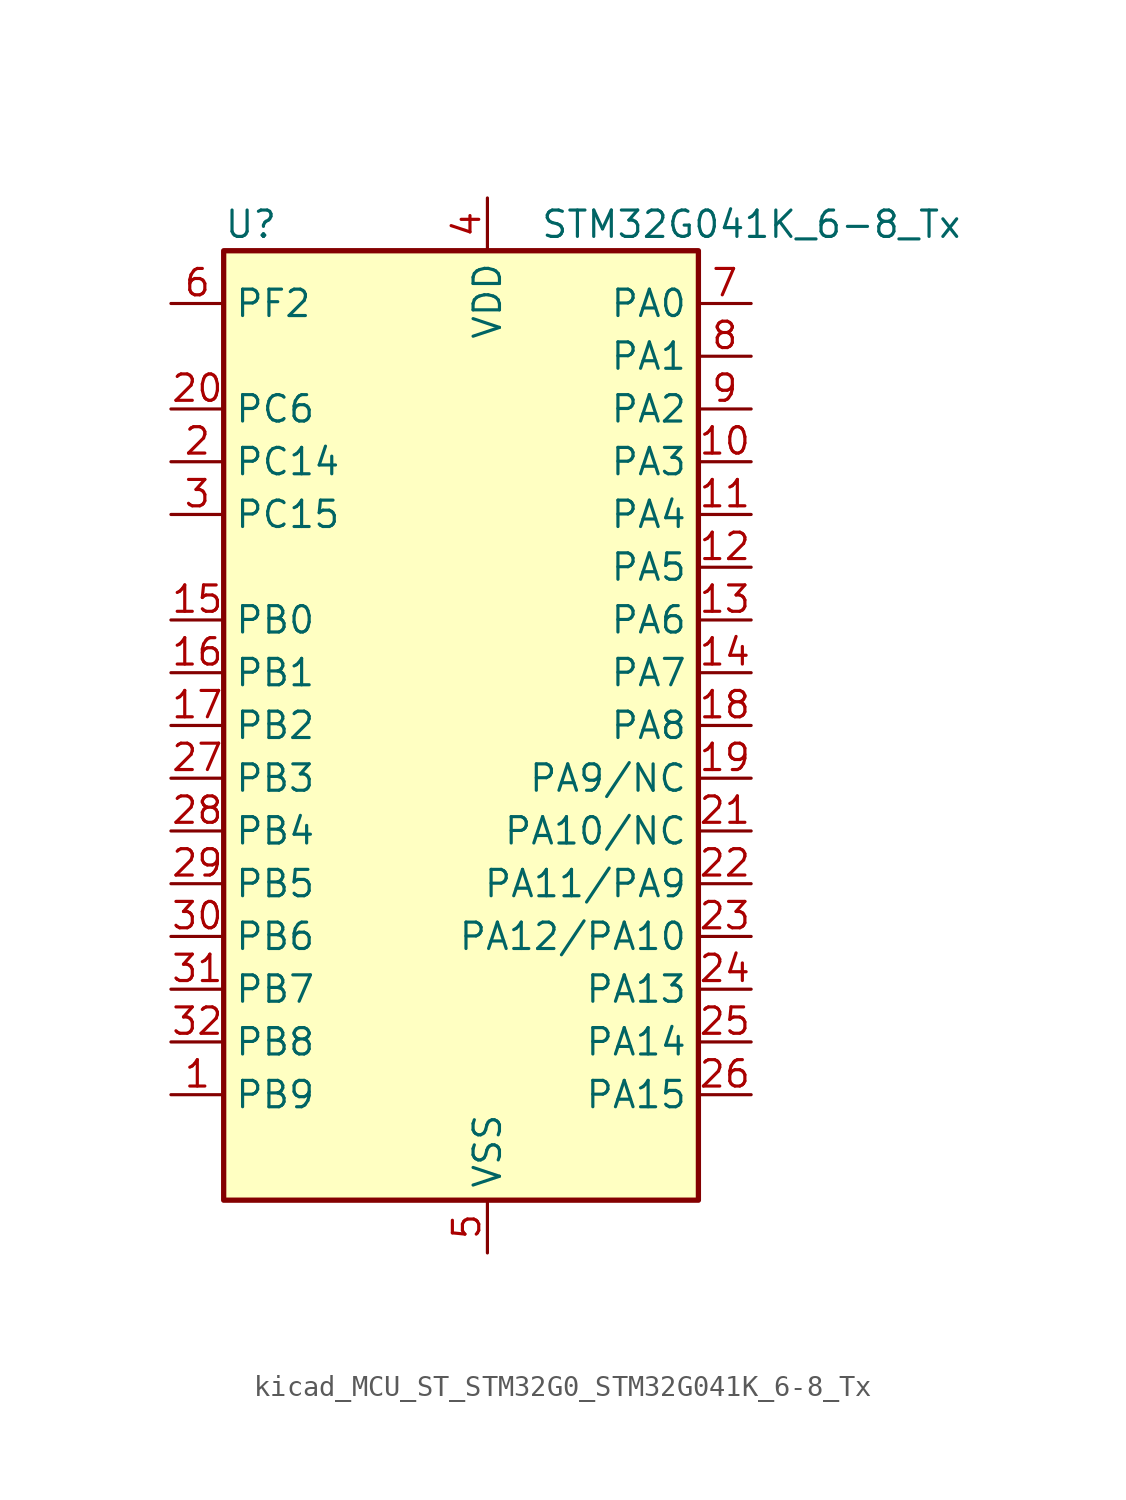
<source format=kicad_sym>
(kicad_symbol_lib
  (version 20220914)
  (generator kicad_symbol_editor)
  (symbol "kicad_MCU_ST_STM32G0_STM32G041K_6-8_Tx"
    (property "Reference" "U"
      (at -10.16 24.13 0)
      (effects (font (size 1.27 1.27)) (justify left)))
    (property "Value" "STM32G041K_6-8_Tx"
      (at 5.08 24.13 0)
      (effects (font (size 1.27 1.27)) (justify left)))
    (property "ki_locked" ""
      (at 0 0 0)
      (effects (font (size 1.27 1.27))))
    (symbol "kicad_MCU_ST_STM32G0_STM32G041K_6-8_Tx_0_1"
      (rectangle (start -10.16 -22.86) (end 12.7 22.86) (stroke (width 0.254) (type default)) (fill (type background))))
    (symbol "kicad_MCU_ST_STM32G0_STM32G041K_6-8_Tx_1_1"
      (pin bidirectional line (at -12.7 -17.78 0) (length 2.54) (name "PB9" (effects (font (size 1.27 1.27)))) (number "1" (effects (font (size 1.27 1.27)))) (alternate "I2C1_SDA" bidirectional line) (alternate "IR_OUT" bidirectional line) (alternate "SPI2_NSS" bidirectional line) (alternate "TIM17_CH1" bidirectional line))
      (pin bidirectional line (at 15.24 12.7 180) (length 2.54) (name "PA3" (effects (font (size 1.27 1.27)))) (number "10" (effects (font (size 1.27 1.27)))) (alternate "ADC1_IN3" bidirectional line) (alternate "LPUART1_RX" bidirectional line) (alternate "SPI2_MISO" bidirectional line) (alternate "TIM2_CH4" bidirectional line) (alternate "USART2_RX" bidirectional line))
      (pin bidirectional line (at 15.24 10.16 180) (length 2.54) (name "PA4" (effects (font (size 1.27 1.27)))) (number "11" (effects (font (size 1.27 1.27)))) (alternate "ADC1_IN4" bidirectional line) (alternate "I2S1_WS" bidirectional line) (alternate "LPTIM2_OUT" bidirectional line) (alternate "RTC_OUT_ALARM" bidirectional line) (alternate "RTC_OUT_CALIB" bidirectional line) (alternate "RTC_TAMP_IN1" bidirectional line) (alternate "RTC_TS" bidirectional line) (alternate "SPI1_NSS" bidirectional line) (alternate "SPI2_MOSI" bidirectional line) (alternate "SYS_WKUP2" bidirectional line) (alternate "TIM14_CH1" bidirectional line))
      (pin bidirectional line (at 15.24 7.62 180) (length 2.54) (name "PA5" (effects (font (size 1.27 1.27)))) (number "12" (effects (font (size 1.27 1.27)))) (alternate "ADC1_IN5" bidirectional line) (alternate "I2S1_CK" bidirectional line) (alternate "LPTIM2_ETR" bidirectional line) (alternate "SPI1_SCK" bidirectional line) (alternate "TIM2_CH1" bidirectional line) (alternate "TIM2_ETR" bidirectional line))
      (pin bidirectional line (at 15.24 5.08 180) (length 2.54) (name "PA6" (effects (font (size 1.27 1.27)))) (number "13" (effects (font (size 1.27 1.27)))) (alternate "ADC1_IN6" bidirectional line) (alternate "I2S1_MCK" bidirectional line) (alternate "LPUART1_CTS" bidirectional line) (alternate "SPI1_MISO" bidirectional line) (alternate "TIM16_CH1" bidirectional line) (alternate "TIM1_BK" bidirectional line) (alternate "TIM3_CH1" bidirectional line))
      (pin bidirectional line (at 15.24 2.54 180) (length 2.54) (name "PA7" (effects (font (size 1.27 1.27)))) (number "14" (effects (font (size 1.27 1.27)))) (alternate "ADC1_IN7" bidirectional line) (alternate "I2S1_SD" bidirectional line) (alternate "SPI1_MOSI" bidirectional line) (alternate "TIM14_CH1" bidirectional line) (alternate "TIM17_CH1" bidirectional line) (alternate "TIM1_CH1N" bidirectional line) (alternate "TIM3_CH2" bidirectional line))
      (pin bidirectional line (at -12.7 5.08 0) (length 2.54) (name "PB0" (effects (font (size 1.27 1.27)))) (number "15" (effects (font (size 1.27 1.27)))) (alternate "ADC1_IN8" bidirectional line) (alternate "I2S1_WS" bidirectional line) (alternate "LPTIM1_OUT" bidirectional line) (alternate "SPI1_NSS" bidirectional line) (alternate "TIM1_CH2N" bidirectional line) (alternate "TIM3_CH3" bidirectional line))
      (pin bidirectional line (at -12.7 2.54 0) (length 2.54) (name "PB1" (effects (font (size 1.27 1.27)))) (number "16" (effects (font (size 1.27 1.27)))) (alternate "ADC1_IN9" bidirectional line) (alternate "LPTIM2_IN1" bidirectional line) (alternate "LPUART1_DE" bidirectional line) (alternate "LPUART1_RTS" bidirectional line) (alternate "TIM14_CH1" bidirectional line) (alternate "TIM1_CH3N" bidirectional line) (alternate "TIM3_CH4" bidirectional line))
      (pin bidirectional line (at -12.7 0 0) (length 2.54) (name "PB2" (effects (font (size 1.27 1.27)))) (number "17" (effects (font (size 1.27 1.27)))) (alternate "ADC1_IN10" bidirectional line) (alternate "LPTIM1_OUT" bidirectional line) (alternate "SPI2_MISO" bidirectional line))
      (pin bidirectional line (at 15.24 0 180) (length 2.54) (name "PA8" (effects (font (size 1.27 1.27)))) (number "18" (effects (font (size 1.27 1.27)))) (alternate "LPTIM2_OUT" bidirectional line) (alternate "RCC_MCO" bidirectional line) (alternate "SPI2_NSS" bidirectional line) (alternate "TIM1_CH1" bidirectional line))
      (pin bidirectional line (at 15.24 -2.54 180) (length 2.54) (name "PA9/NC" (effects (font (size 1.27 1.27)))) (number "19" (effects (font (size 1.27 1.27)))) (alternate "I2C1_SCL" bidirectional line) (alternate "RCC_MCO" bidirectional line) (alternate "SPI2_MISO" bidirectional line) (alternate "TIM1_CH2" bidirectional line) (alternate "USART1_TX" bidirectional line))
      (pin bidirectional line (at -12.7 12.7 0) (length 2.54) (name "PC14" (effects (font (size 1.27 1.27)))) (number "2" (effects (font (size 1.27 1.27)))) (alternate "RCC_OSC32_IN" bidirectional line) (alternate "RCC_OSC_IN" bidirectional line) (alternate "TIM1_BK2" bidirectional line))
      (pin bidirectional line (at -12.7 15.24 0) (length 2.54) (name "PC6" (effects (font (size 1.27 1.27)))) (number "20" (effects (font (size 1.27 1.27)))) (alternate "TIM2_CH3" bidirectional line) (alternate "TIM3_CH1" bidirectional line))
      (pin bidirectional line (at 15.24 -5.08 180) (length 2.54) (name "PA10/NC" (effects (font (size 1.27 1.27)))) (number "21" (effects (font (size 1.27 1.27)))) (alternate "I2C1_SDA" bidirectional line) (alternate "SPI2_MOSI" bidirectional line) (alternate "TIM17_BK" bidirectional line) (alternate "TIM1_CH3" bidirectional line) (alternate "USART1_RX" bidirectional line))
      (pin bidirectional line (at 15.24 -7.62 180) (length 2.54) (name "PA11/PA9" (effects (font (size 1.27 1.27)))) (number "22" (effects (font (size 1.27 1.27)))) (alternate "ADC1_EXTI11" bidirectional line) (alternate "ADC1_IN15" bidirectional line) (alternate "I2C2_SCL" bidirectional line) (alternate "I2S1_MCK" bidirectional line) (alternate "SPI1_MISO" bidirectional line) (alternate "TIM1_BK2" bidirectional line) (alternate "TIM1_CH4" bidirectional line) (alternate "USART1_CTS" bidirectional line) (alternate "USART1_NSS" bidirectional line))
      (pin bidirectional line (at 15.24 -10.16 180) (length 2.54) (name "PA12/PA10" (effects (font (size 1.27 1.27)))) (number "23" (effects (font (size 1.27 1.27)))) (alternate "ADC1_IN16" bidirectional line) (alternate "I2C2_SDA" bidirectional line) (alternate "I2S1_SD" bidirectional line) (alternate "I2S_CKIN" bidirectional line) (alternate "SPI1_MOSI" bidirectional line) (alternate "TIM1_ETR" bidirectional line) (alternate "USART1_CK" bidirectional line) (alternate "USART1_DE" bidirectional line) (alternate "USART1_RTS" bidirectional line))
      (pin bidirectional line (at 15.24 -12.7 180) (length 2.54) (name "PA13" (effects (font (size 1.27 1.27)))) (number "24" (effects (font (size 1.27 1.27)))) (alternate "ADC1_IN17" bidirectional line) (alternate "IR_OUT" bidirectional line) (alternate "SYS_SWDIO" bidirectional line))
      (pin bidirectional line (at 15.24 -15.24 180) (length 2.54) (name "PA14" (effects (font (size 1.27 1.27)))) (number "25" (effects (font (size 1.27 1.27)))) (alternate "ADC1_IN18" bidirectional line) (alternate "SYS_SWCLK" bidirectional line) (alternate "USART2_TX" bidirectional line))
      (pin bidirectional line (at 15.24 -17.78 180) (length 2.54) (name "PA15" (effects (font (size 1.27 1.27)))) (number "26" (effects (font (size 1.27 1.27)))) (alternate "I2S1_WS" bidirectional line) (alternate "SPI1_NSS" bidirectional line) (alternate "TIM2_CH1" bidirectional line) (alternate "TIM2_ETR" bidirectional line) (alternate "USART2_RX" bidirectional line))
      (pin bidirectional line (at -12.7 -2.54 0) (length 2.54) (name "PB3" (effects (font (size 1.27 1.27)))) (number "27" (effects (font (size 1.27 1.27)))) (alternate "I2S1_CK" bidirectional line) (alternate "SPI1_SCK" bidirectional line) (alternate "TIM1_CH2" bidirectional line) (alternate "TIM2_CH2" bidirectional line) (alternate "USART1_CK" bidirectional line) (alternate "USART1_DE" bidirectional line) (alternate "USART1_RTS" bidirectional line))
      (pin bidirectional line (at -12.7 -5.08 0) (length 2.54) (name "PB4" (effects (font (size 1.27 1.27)))) (number "28" (effects (font (size 1.27 1.27)))) (alternate "I2S1_MCK" bidirectional line) (alternate "SPI1_MISO" bidirectional line) (alternate "TIM17_BK" bidirectional line) (alternate "TIM3_CH1" bidirectional line) (alternate "USART1_CTS" bidirectional line) (alternate "USART1_NSS" bidirectional line))
      (pin bidirectional line (at -12.7 -7.62 0) (length 2.54) (name "PB5" (effects (font (size 1.27 1.27)))) (number "29" (effects (font (size 1.27 1.27)))) (alternate "I2C1_SMBA" bidirectional line) (alternate "I2S1_SD" bidirectional line) (alternate "LPTIM1_IN1" bidirectional line) (alternate "SPI1_MOSI" bidirectional line) (alternate "SYS_WKUP6" bidirectional line) (alternate "TIM16_BK" bidirectional line) (alternate "TIM3_CH2" bidirectional line))
      (pin bidirectional line (at -12.7 10.16 0) (length 2.54) (name "PC15" (effects (font (size 1.27 1.27)))) (number "3" (effects (font (size 1.27 1.27)))) (alternate "RCC_OSC32_EN" bidirectional line) (alternate "RCC_OSC32_OUT" bidirectional line) (alternate "RCC_OSC_EN" bidirectional line))
      (pin bidirectional line (at -12.7 -10.16 0) (length 2.54) (name "PB6" (effects (font (size 1.27 1.27)))) (number "30" (effects (font (size 1.27 1.27)))) (alternate "I2C1_SCL" bidirectional line) (alternate "LPTIM1_ETR" bidirectional line) (alternate "SPI2_MISO" bidirectional line) (alternate "TIM16_CH1N" bidirectional line) (alternate "TIM1_CH3" bidirectional line) (alternate "USART1_TX" bidirectional line))
      (pin bidirectional line (at -12.7 -12.7 0) (length 2.54) (name "PB7" (effects (font (size 1.27 1.27)))) (number "31" (effects (font (size 1.27 1.27)))) (alternate "ADC1_IN11" bidirectional line) (alternate "I2C1_SDA" bidirectional line) (alternate "LPTIM1_IN2" bidirectional line) (alternate "SPI2_MOSI" bidirectional line) (alternate "SYS_PVD_IN" bidirectional line) (alternate "TIM17_CH1N" bidirectional line) (alternate "USART1_RX" bidirectional line))
      (pin bidirectional line (at -12.7 -15.24 0) (length 2.54) (name "PB8" (effects (font (size 1.27 1.27)))) (number "32" (effects (font (size 1.27 1.27)))) (alternate "I2C1_SCL" bidirectional line) (alternate "SPI2_SCK" bidirectional line) (alternate "TIM16_CH1" bidirectional line))
      (pin power_in line (at 2.54 25.4 270) (length 2.54) (name "VDD" (effects (font (size 1.27 1.27)))) (number "4" (effects (font (size 1.27 1.27)))))
      (pin power_in line (at 2.54 -25.4 90) (length 2.54) (name "VSS" (effects (font (size 1.27 1.27)))) (number "5" (effects (font (size 1.27 1.27)))))
      (pin bidirectional line (at -12.7 20.32 0) (length 2.54) (name "PF2" (effects (font (size 1.27 1.27)))) (number "6" (effects (font (size 1.27 1.27)))) (alternate "RCC_MCO" bidirectional line))
      (pin bidirectional line (at 15.24 20.32 180) (length 2.54) (name "PA0" (effects (font (size 1.27 1.27)))) (number "7" (effects (font (size 1.27 1.27)))) (alternate "ADC1_IN0" bidirectional line) (alternate "LPTIM1_OUT" bidirectional line) (alternate "RTC_TAMP_IN2" bidirectional line) (alternate "SPI2_SCK" bidirectional line) (alternate "SYS_WKUP1" bidirectional line) (alternate "TIM2_CH1" bidirectional line) (alternate "TIM2_ETR" bidirectional line) (alternate "USART2_CTS" bidirectional line) (alternate "USART2_NSS" bidirectional line))
      (pin bidirectional line (at 15.24 17.78 180) (length 2.54) (name "PA1" (effects (font (size 1.27 1.27)))) (number "8" (effects (font (size 1.27 1.27)))) (alternate "ADC1_IN1" bidirectional line) (alternate "I2C1_SMBA" bidirectional line) (alternate "I2S1_CK" bidirectional line) (alternate "SPI1_SCK" bidirectional line) (alternate "TIM2_CH2" bidirectional line) (alternate "USART2_CK" bidirectional line) (alternate "USART2_DE" bidirectional line) (alternate "USART2_RTS" bidirectional line))
      (pin bidirectional line (at 15.24 15.24 180) (length 2.54) (name "PA2" (effects (font (size 1.27 1.27)))) (number "9" (effects (font (size 1.27 1.27)))) (alternate "ADC1_IN2" bidirectional line) (alternate "I2S1_SD" bidirectional line) (alternate "LPUART1_TX" bidirectional line) (alternate "RCC_LSCO" bidirectional line) (alternate "SPI1_MOSI" bidirectional line) (alternate "SYS_WKUP4" bidirectional line) (alternate "TIM2_CH3" bidirectional line) (alternate "USART2_TX" bidirectional line)))))
</source>
